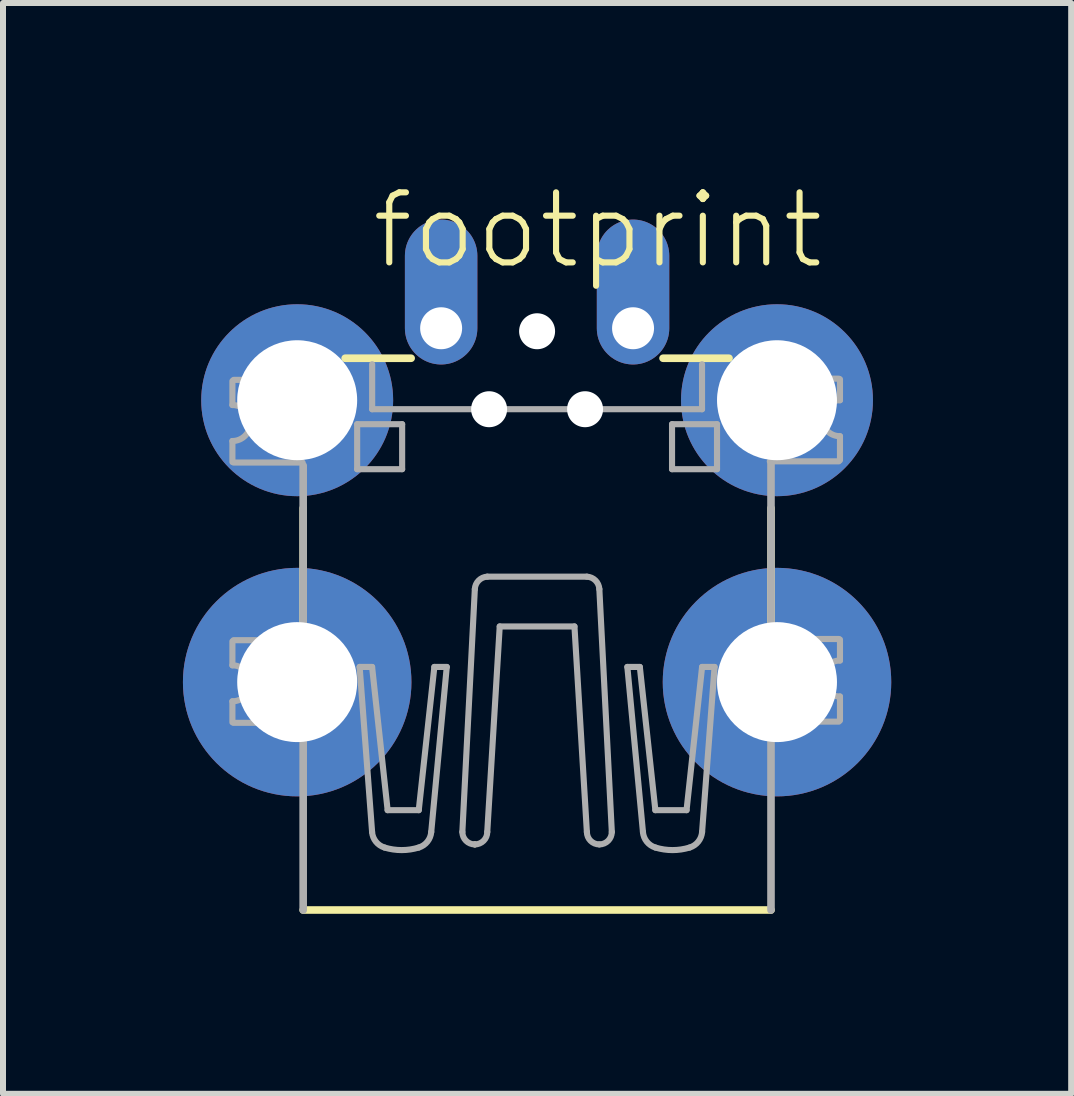
<source format=kicad_pcb>
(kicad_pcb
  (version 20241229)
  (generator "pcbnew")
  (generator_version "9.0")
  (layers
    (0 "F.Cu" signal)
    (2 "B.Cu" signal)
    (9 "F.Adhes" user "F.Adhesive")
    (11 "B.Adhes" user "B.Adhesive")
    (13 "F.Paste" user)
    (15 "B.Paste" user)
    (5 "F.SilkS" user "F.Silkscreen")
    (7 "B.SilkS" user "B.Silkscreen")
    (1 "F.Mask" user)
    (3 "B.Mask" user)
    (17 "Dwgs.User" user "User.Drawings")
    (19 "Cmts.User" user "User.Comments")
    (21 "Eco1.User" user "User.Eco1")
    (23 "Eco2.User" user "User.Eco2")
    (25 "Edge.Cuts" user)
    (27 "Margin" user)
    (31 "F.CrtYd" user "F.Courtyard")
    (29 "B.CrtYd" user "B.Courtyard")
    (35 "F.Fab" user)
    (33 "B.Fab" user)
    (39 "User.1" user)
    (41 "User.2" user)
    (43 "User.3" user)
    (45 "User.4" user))
  (footprint "footprint"
    (layer "F.Cu")
    (at 5.905 7.143)
    (property "Reference" "footprint" (at -2.81 -5.67 0) (layer "F.SilkS") (effects (font (size 1.168 1.168) (thickness 0.102)) (justify left bottom)))
    (fp_line (start -3.9 0.98) (end -3.9 -1.72) (stroke (width 0.127) (type solid)) (layer "F.SilkS"))
    (fp_line (start -3.9 4.98) (end 3.9 4.98) (stroke (width 0.127) (type solid)) (layer "F.SilkS"))
    (fp_line (start -3.2 -4.22) (end -2.1 -4.22) (stroke (width 0.127) (type solid)) (layer "F.SilkS"))
    (fp_line (start -1.038 3.886) (end -1.038 3.886) (stroke (width 0.102) (type solid)) (layer "F.SilkS"))
    (fp_line (start 2.1 -4.22) (end 3.2 -4.22) (stroke (width 0.127) (type solid)) (layer "F.SilkS"))
    (fp_line (start 3.9 -1.72) (end 3.9 0.38) (stroke (width 0.127) (type solid)) (layer "F.SilkS"))
    (fp_line (start -5.08 -3.84) (end -5.08 -3.44) (stroke (width 0.102) (type solid)) (layer "F.Fab"))
    (fp_line (start -5.08 -2.49) (end -5.08 -2.84) (stroke (width 0.102) (type solid)) (layer "F.Fab"))
    (fp_line (start -5.08 0.5) (end -5.08 0.9) (stroke (width 0.102) (type solid)) (layer "F.Fab"))
    (fp_line (start -5.08 1.85) (end -5.08 1.5) (stroke (width 0.102) (type solid)) (layer "F.Fab"))
    (fp_line (start -5.06 -3.859) (end -3.91 -3.859) (stroke (width 0.102) (type solid)) (layer "F.Fab"))
    (fp_line (start -5.06 0.481) (end -3.91 0.481) (stroke (width 0.102) (type solid)) (layer "F.Fab"))
    (fp_line (start -3.91 -2.481) (end -5.06 -2.481) (stroke (width 0.102) (type solid)) (layer "F.Fab"))
    (fp_line (start -3.91 1.859) (end -5.06 1.859) (stroke (width 0.102) (type solid)) (layer "F.Fab"))
    (fp_line (start -3.9 -4.22) (end -3.9 -3.87) (stroke (width 0.127) (type solid)) (layer "F.Fab"))
    (fp_line (start -3.9 0.47) (end -3.9 -2.43) (stroke (width 0.127) (type solid)) (layer "F.Fab"))
    (fp_line (start -3.9 4.98) (end -3.9 1.88) (stroke (width 0.127) (type solid)) (layer "F.Fab"))
    (fp_line (start -3 -3.12) (end -2.25 -3.12) (stroke (width 0.102) (type solid)) (layer "F.Fab"))
    (fp_line (start -3 -2.37) (end -3 -3.12) (stroke (width 0.102) (type solid)) (layer "F.Fab"))
    (fp_line (start -2.959 0.927) (end -2.751 3.679) (stroke (width 0.102) (type solid)) (layer "F.Fab"))
    (fp_line (start -2.751 0.927) (end -2.959 0.927) (stroke (width 0.102) (type solid)) (layer "F.Fab"))
    (fp_line (start -2.75 -4.12) (end -2.75 -3.37) (stroke (width 0.102) (type solid)) (layer "F.Fab"))
    (fp_line (start -2.75 -3.37) (end 2.75 -3.37) (stroke (width 0.102) (type solid)) (layer "F.Fab"))
    (fp_line (start -2.492 3.315) (end -2.751 0.927) (stroke (width 0.102) (type solid)) (layer "F.Fab"))
    (fp_line (start -2.25 -3.12) (end -2.25 -2.37) (stroke (width 0.102) (type solid)) (layer "F.Fab"))
    (fp_line (start -2.25 -2.37) (end -3 -2.37) (stroke (width 0.102) (type solid)) (layer "F.Fab"))
    (fp_line (start -1.973 3.315) (end -2.492 3.315) (stroke (width 0.102) (type solid)) (layer "F.Fab"))
    (fp_line (start -1.765 3.679) (end -1.506 0.927) (stroke (width 0.102) (type solid)) (layer "F.Fab"))
    (fp_line (start -1.713 0.927) (end -1.973 3.315) (stroke (width 0.102) (type solid)) (layer "F.Fab"))
    (fp_line (start -1.506 0.927) (end -1.713 0.927) (stroke (width 0.102) (type solid)) (layer "F.Fab"))
    (fp_line (start -1.246 3.678) (end -1.038 -0.371) (stroke (width 0.102) (type solid)) (layer "F.Fab"))
    (fp_line (start -0.831 3.679) (end -0.623 0.252) (stroke (width 0.102) (type solid)) (layer "F.Fab"))
    (fp_line (start 0.623 0.252) (end -0.623 0.252) (stroke (width 0.102) (type solid)) (layer "F.Fab"))
    (fp_line (start 0.83 -0.578) (end -0.831 -0.578) (stroke (width 0.102) (type solid)) (layer "F.Fab"))
    (fp_line (start 0.83 3.679) (end 0.623 0.252) (stroke (width 0.102) (type solid)) (layer "F.Fab"))
    (fp_line (start 1.246 3.678) (end 1.038 -0.371) (stroke (width 0.102) (type solid)) (layer "F.Fab"))
    (fp_line (start 1.505 0.927) (end 1.713 0.927) (stroke (width 0.102) (type solid)) (layer "F.Fab"))
    (fp_line (start 1.713 0.927) (end 1.972 3.315) (stroke (width 0.102) (type solid)) (layer "F.Fab"))
    (fp_line (start 1.765 3.679) (end 1.505 0.927) (stroke (width 0.102) (type solid)) (layer "F.Fab"))
    (fp_line (start 1.972 3.315) (end 2.492 3.315) (stroke (width 0.102) (type solid)) (layer "F.Fab"))
    (fp_line (start 2.25 -3.12) (end 2.25 -2.37) (stroke (width 0.102) (type solid)) (layer "F.Fab"))
    (fp_line (start 2.25 -2.37) (end 3 -2.37) (stroke (width 0.102) (type solid)) (layer "F.Fab"))
    (fp_line (start 2.492 3.315) (end 2.751 0.927) (stroke (width 0.102) (type solid)) (layer "F.Fab"))
    (fp_line (start 2.75 -3.37) (end 2.75 -4.12) (stroke (width 0.102) (type solid)) (layer "F.Fab"))
    (fp_line (start 2.751 0.927) (end 2.959 0.927) (stroke (width 0.102) (type solid)) (layer "F.Fab"))
    (fp_line (start 2.959 0.927) (end 2.751 3.679) (stroke (width 0.102) (type solid)) (layer "F.Fab"))
    (fp_line (start 3 -3.12) (end 2.25 -3.12) (stroke (width 0.102) (type solid)) (layer "F.Fab"))
    (fp_line (start 3 -2.37) (end 3 -3.12) (stroke (width 0.102) (type solid)) (layer "F.Fab"))
    (fp_line (start 3.88 -3.879) (end 5.03 -3.879) (stroke (width 0.102) (type solid)) (layer "F.Fab"))
    (fp_line (start 3.88 0.461) (end 5.03 0.461) (stroke (width 0.102) (type solid)) (layer "F.Fab"))
    (fp_line (start 3.9 -4.22) (end 3.9 -3.92) (stroke (width 0.127) (type solid)) (layer "F.Fab"))
    (fp_line (start 3.9 0.42) (end 3.9 -2.48) (stroke (width 0.127) (type solid)) (layer "F.Fab"))
    (fp_line (start 3.9 4.98) (end 3.9 1.88) (stroke (width 0.127) (type solid)) (layer "F.Fab"))
    (fp_line (start 5.03 -2.501) (end 3.88 -2.501) (stroke (width 0.102) (type solid)) (layer "F.Fab"))
    (fp_line (start 5.03 1.839) (end 3.88 1.839) (stroke (width 0.102) (type solid)) (layer "F.Fab"))
    (fp_line (start 5.05 -3.87) (end 5.05 -3.52) (stroke (width 0.102) (type solid)) (layer "F.Fab"))
    (fp_line (start 5.05 -2.52) (end 5.05 -2.92) (stroke (width 0.102) (type solid)) (layer "F.Fab"))
    (fp_line (start 5.05 0.47) (end 5.05 0.82) (stroke (width 0.102) (type solid)) (layer "F.Fab"))
    (fp_line (start 5.05 1.82) (end 5.05 1.42) (stroke (width 0.102) (type solid)) (layer "F.Fab"))
    (fp_arc (start -5.08 -3.44) (mid -4.78 -3.14) (end -5.08 -2.84) (stroke (width 0.1016) (type solid)) (layer "F.Fab"))
    (fp_arc (start -5.08 0.9) (mid -4.78 1.2) (end -5.08 1.5) (stroke (width 0.1016) (type solid)) (layer "F.Fab"))
    (fp_arc (start -2.5438 3.938) (mid -2.687659 3.840297) (end -2.7514 3.6785) (stroke (width 0.1016) (type solid)) (layer "F.Fab"))
    (fp_arc (start -1.9727 3.938) (mid -2.25825 3.980802) (end -2.5438 3.938) (stroke (width 0.1016) (type solid)) (layer "F.Fab"))
    (fp_arc (start -1.765099 3.678501) (mid -1.828841 3.840298) (end -1.9727 3.938) (stroke (width 0.1016) (type solid)) (layer "F.Fab"))
    (fp_arc (start -1.0383 -0.3708) (mid -0.974176 -0.514346) (end -0.830599 -0.578401) (stroke (width 0.1016) (type solid)) (layer "F.Fab"))
    (fp_arc (start -1.0383 3.8861) (mid -1.185095 3.825295) (end -1.2459 3.6785) (stroke (width 0.1016) (type solid)) (layer "F.Fab"))
    (fp_arc (start -0.8306 3.6785) (mid -0.891405 3.825295) (end -1.0382 3.8861) (stroke (width 0.1016) (type solid)) (layer "F.Fab"))
    (fp_arc (start 0.830398 -0.5784) (mid 0.97395 -0.514321) (end 1.0381 -0.3708) (stroke (width 0.1016) (type solid)) (layer "F.Fab"))
    (fp_arc (start 1.038 3.8861) (mid 0.891205 3.825295) (end 0.8304 3.6785) (stroke (width 0.1016) (type solid)) (layer "F.Fab"))
    (fp_arc (start 1.2457 3.6785) (mid 1.184895 3.825295) (end 1.0381 3.8861) (stroke (width 0.1016) (type solid)) (layer "F.Fab"))
    (fp_arc (start 1.9725 3.938) (mid 1.828641 3.840298) (end 1.764899 3.678501) (stroke (width 0.1016) (type solid)) (layer "F.Fab"))
    (fp_arc (start 2.5436 3.938) (mid 2.25805 3.980802) (end 1.9725 3.938) (stroke (width 0.1016) (type solid)) (layer "F.Fab"))
    (fp_arc (start 2.7512 3.6785) (mid 2.687459 3.840297) (end 2.5436 3.938) (stroke (width 0.1016) (type solid)) (layer "F.Fab"))
    (fp_arc (start 5.05 -2.92) (mid 4.75 -3.22) (end 5.05 -3.52) (stroke (width 0.1016) (type solid)) (layer "F.Fab"))
    (fp_arc (start 5.05 1.42) (mid 4.75 1.12) (end 5.05 0.82) (stroke (width 0.1016) (type solid)) (layer "F.Fab"))
    (pad "" np_thru_hole circle (at -0.8 -3.37) (size 0.6 0.6) (drill 0.6) (layers "*.Cu" "*.Mask"))
    (pad "" np_thru_hole circle (at 0 -4.67) (size 0.6 0.6) (drill 0.6) (layers "*.Cu" "*.Mask"))
    (pad "" np_thru_hole circle (at 0.8 -3.37) (size 0.6 0.6) (drill 0.6) (layers "*.Cu" "*.Mask"))
    (pad "GND" thru_hole oval (at 1.6 -4.72 90) (size 2.416 1.208) (drill 0.7 (offset 0.604 0)) (layers "*.Cu" "*.Mask"))
    (pad "GND1" thru_hole circle (at -4 1.18) (size 3.81 3.81) (drill 2) (layers "*.Cu" "*.Mask"))
    (pad "GND2" thru_hole circle (at -4 -3.52) (size 3.2 3.2) (drill 2) (layers "*.Cu" "*.Mask"))
    (pad "GND3" thru_hole circle (at 4 -3.52) (size 3.2 3.2) (drill 2) (layers "*.Cu" "*.Mask"))
    (pad "GND4" thru_hole circle (at 4 1.18) (size 3.81 3.81) (drill 2) (layers "*.Cu" "*.Mask"))
    (pad "VBUS" thru_hole oval (at -1.6 -4.72 90) (size 2.416 1.208) (drill 0.7 (offset 0.604 0)) (layers "*.Cu" "*.Mask")))
  (gr_rect
    (start -3 -3)
    (end 14.81 15.187)
    (stroke (width 0.1) (type default))
    (fill no)
    (layer "Edge.Cuts")))
</source>
